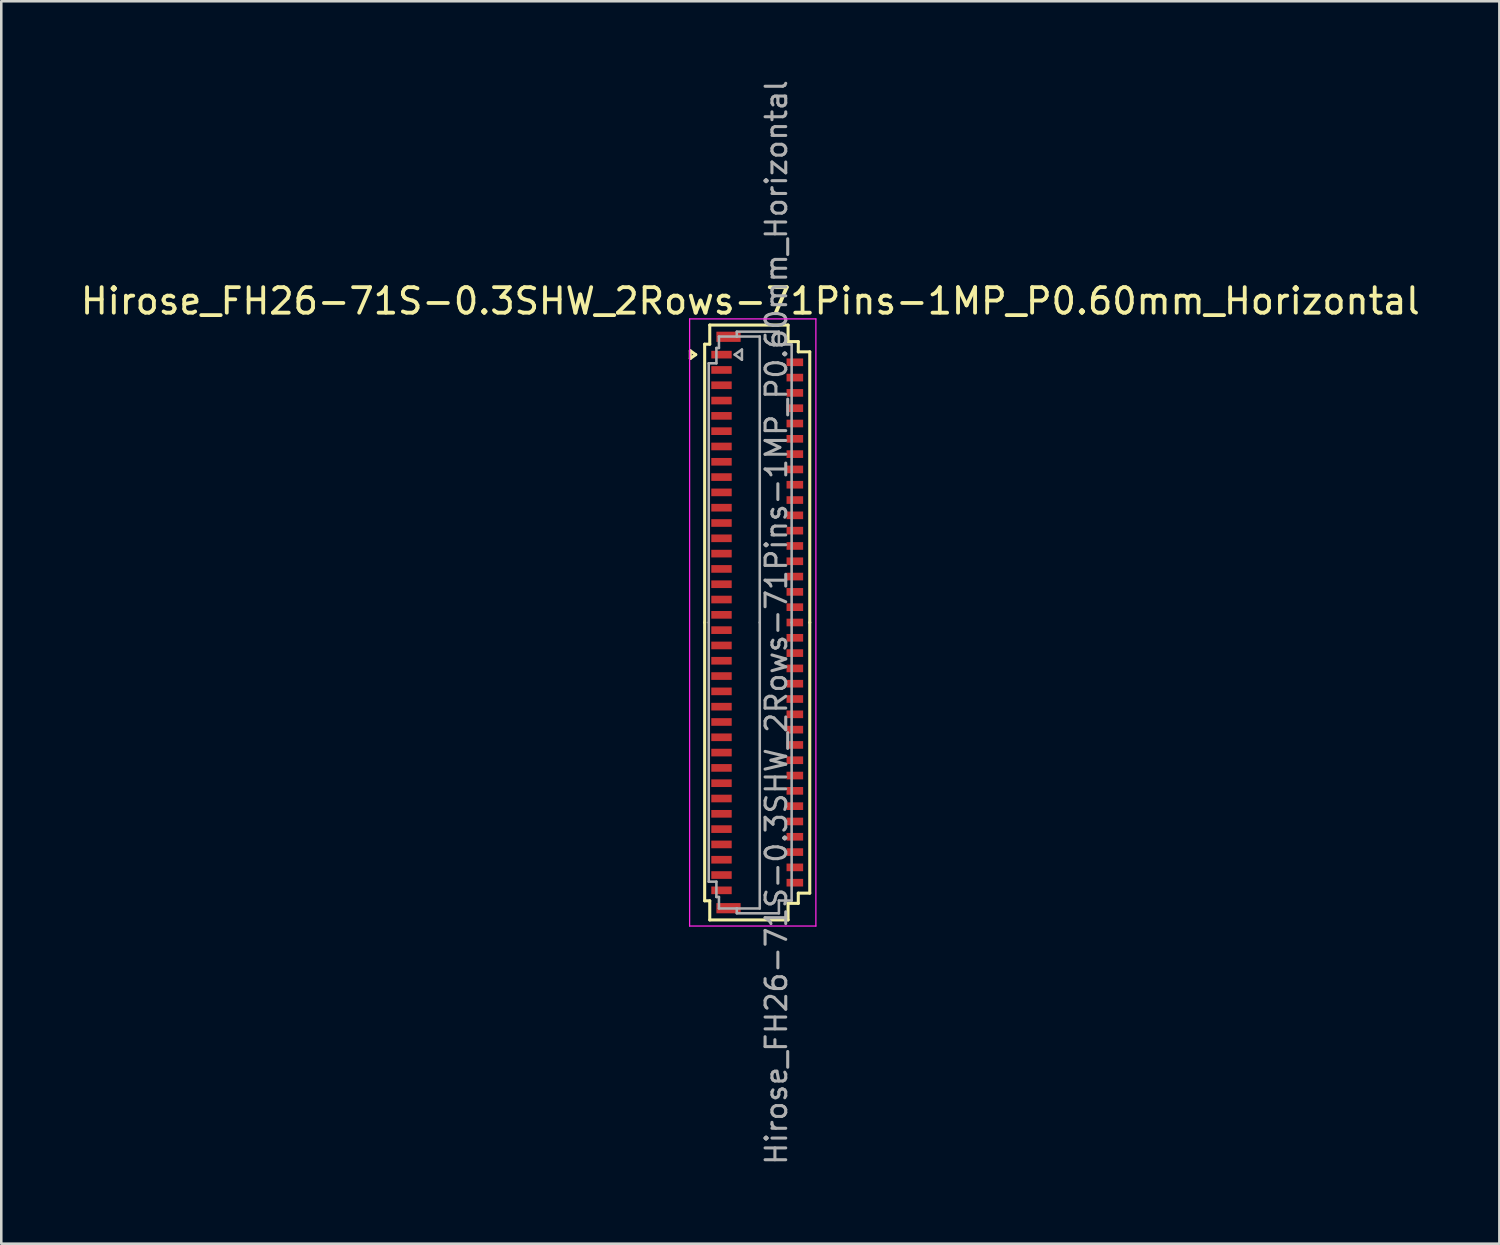
<source format=kicad_pcb>
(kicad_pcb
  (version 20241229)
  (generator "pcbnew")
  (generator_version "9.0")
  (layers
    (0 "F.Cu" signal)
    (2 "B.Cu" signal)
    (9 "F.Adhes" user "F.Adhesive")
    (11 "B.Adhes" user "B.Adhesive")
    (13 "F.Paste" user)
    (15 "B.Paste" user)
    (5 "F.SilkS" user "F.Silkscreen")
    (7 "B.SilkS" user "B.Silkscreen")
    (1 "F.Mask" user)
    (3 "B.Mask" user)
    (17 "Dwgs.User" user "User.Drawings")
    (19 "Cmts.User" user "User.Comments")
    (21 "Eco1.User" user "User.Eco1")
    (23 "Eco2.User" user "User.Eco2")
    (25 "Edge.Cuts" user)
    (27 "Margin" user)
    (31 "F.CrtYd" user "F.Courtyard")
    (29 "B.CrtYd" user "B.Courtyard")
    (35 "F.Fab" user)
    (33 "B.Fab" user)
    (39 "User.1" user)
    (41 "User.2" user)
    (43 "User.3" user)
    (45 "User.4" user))
  (footprint "Hirose_FH26-71S-0.3SHW_2Rows-71Pins-1MP_P0.60mm_Horizontal"
    (layer "F.Cu")
    (at 26.633 21.352)
    (property "Reference" "Hirose_FH26-71S-0.3SHW_2Rows-71Pins-1MP_P0.60mm_Horizontal" (at -0.27 -12.6 0) (layer "F.SilkS") (effects (font (size 1 1) (thickness 0.15))))
    (attr smd)
    (fp_line (start -2.622 -10.65) (end -2.41 -10.5) (stroke (width 0.12) (type solid)) (layer "F.SilkS"))
    (fp_line (start -2.622 -10.35) (end -2.622 -10.65) (stroke (width 0.12) (type solid)) (layer "F.SilkS"))
    (fp_line (start -2.41 -10.5) (end -2.622 -10.35) (stroke (width 0.12) (type solid)) (layer "F.SilkS"))
    (fp_line (start -2.06 -10.91) (end -2.06 0) (stroke (width 0.12) (type solid)) (layer "F.SilkS"))
    (fp_line (start -2.06 10.91) (end -2.06 0) (stroke (width 0.12) (type solid)) (layer "F.SilkS"))
    (fp_line (start -1.86 -11.66) (end -1.86 -10.91) (stroke (width 0.12) (type solid)) (layer "F.SilkS"))
    (fp_line (start -1.86 -10.91) (end -2.06 -10.91) (stroke (width 0.12) (type solid)) (layer "F.SilkS"))
    (fp_line (start -1.86 10.91) (end -2.06 10.91) (stroke (width 0.12) (type solid)) (layer "F.SilkS"))
    (fp_line (start -1.86 11.66) (end -1.86 10.91) (stroke (width 0.12) (type solid)) (layer "F.SilkS"))
    (fp_line (start 1.21 -11.66) (end -1.86 -11.66) (stroke (width 0.12) (type solid)) (layer "F.SilkS"))
    (fp_line (start 1.21 -11.01) (end 1.21 -11.66) (stroke (width 0.12) (type solid)) (layer "F.SilkS"))
    (fp_line (start 1.21 11.01) (end 1.21 11.66) (stroke (width 0.12) (type solid)) (layer "F.SilkS"))
    (fp_line (start 1.21 11.66) (end -1.86 11.66) (stroke (width 0.12) (type solid)) (layer "F.SilkS"))
    (fp_line (start 1.61 -11.01) (end 1.21 -11.01) (stroke (width 0.12) (type solid)) (layer "F.SilkS"))
    (fp_line (start 1.61 -10.61) (end 1.61 -11.01) (stroke (width 0.12) (type solid)) (layer "F.SilkS"))
    (fp_line (start 1.61 10.61) (end 1.61 11.01) (stroke (width 0.12) (type solid)) (layer "F.SilkS"))
    (fp_line (start 1.61 11.01) (end 1.21 11.01) (stroke (width 0.12) (type solid)) (layer "F.SilkS"))
    (fp_line (start 2.06 -10.61) (end 1.61 -10.61) (stroke (width 0.12) (type solid)) (layer "F.SilkS"))
    (fp_line (start 2.06 0) (end 2.06 -10.61) (stroke (width 0.12) (type solid)) (layer "F.SilkS"))
    (fp_line (start 2.06 0) (end 2.06 10.61) (stroke (width 0.12) (type solid)) (layer "F.SilkS"))
    (fp_line (start 2.06 10.61) (end 1.61 10.61) (stroke (width 0.12) (type solid)) (layer "F.SilkS"))
    (fp_line (start -2.65 -11.9) (end -2.65 11.9) (stroke (width 0.05) (type solid)) (layer "F.CrtYd"))
    (fp_line (start -2.65 11.9) (end 2.3 11.9) (stroke (width 0.05) (type solid)) (layer "F.CrtYd"))
    (fp_line (start 2.3 -11.9) (end -2.65 -11.9) (stroke (width 0.05) (type solid)) (layer "F.CrtYd"))
    (fp_line (start 2.3 11.9) (end 2.3 -11.9) (stroke (width 0.05) (type solid)) (layer "F.CrtYd"))
    (fp_line (start -1.9 -10.16) (end -1.6 -10.16) (stroke (width 0.1) (type solid)) (layer "F.Fab"))
    (fp_line (start -1.9 0) (end -1.9 -10.16) (stroke (width 0.1) (type solid)) (layer "F.Fab"))
    (fp_line (start -1.9 0) (end -1.9 10.16) (stroke (width 0.1) (type solid)) (layer "F.Fab"))
    (fp_line (start -1.9 10.16) (end -1.6 10.16) (stroke (width 0.1) (type solid)) (layer "F.Fab"))
    (fp_line (start -1.6 -10.76) (end -1.5 -10.76) (stroke (width 0.1) (type solid)) (layer "F.Fab"))
    (fp_line (start -1.6 -10.16) (end -1.6 -10.76) (stroke (width 0.1) (type solid)) (layer "F.Fab"))
    (fp_line (start -1.6 10.16) (end -1.6 10.76) (stroke (width 0.1) (type solid)) (layer "F.Fab"))
    (fp_line (start -1.6 10.76) (end -1.5 10.76) (stroke (width 0.1) (type solid)) (layer "F.Fab"))
    (fp_line (start -1.5 -11.21) (end -0.8 -11.21) (stroke (width 0.1) (type solid)) (layer "F.Fab"))
    (fp_line (start -1.5 -10.76) (end -1.5 -11.21) (stroke (width 0.1) (type solid)) (layer "F.Fab"))
    (fp_line (start -1.5 10.76) (end -1.5 11.21) (stroke (width 0.1) (type solid)) (layer "F.Fab"))
    (fp_line (start -1.5 11.21) (end -0.8 11.21) (stroke (width 0.1) (type solid)) (layer "F.Fab"))
    (fp_line (start -0.883 -10.5) (end -0.6 -10.3) (stroke (width 0.1) (type solid)) (layer "F.Fab"))
    (fp_line (start -0.8 -11.4) (end 0.85 -11.4) (stroke (width 0.1) (type solid)) (layer "F.Fab"))
    (fp_line (start -0.8 -11.21) (end -0.8 -11.4) (stroke (width 0.1) (type solid)) (layer "F.Fab"))
    (fp_line (start -0.8 11.21) (end -0.8 11.4) (stroke (width 0.1) (type solid)) (layer "F.Fab"))
    (fp_line (start -0.8 11.4) (end 0.85 11.4) (stroke (width 0.1) (type solid)) (layer "F.Fab"))
    (fp_line (start -0.6 -10.7) (end -0.883 -10.5) (stroke (width 0.1) (type solid)) (layer "F.Fab"))
    (fp_line (start -0.6 -10.3) (end -0.6 -10.7) (stroke (width 0.1) (type solid)) (layer "F.Fab"))
    (fp_line (start 0.1 -11.21) (end -0.8 -11.21) (stroke (width 0.1) (type solid)) (layer "F.Fab"))
    (fp_line (start 0.1 0) (end 0.1 -11.21) (stroke (width 0.1) (type solid)) (layer "F.Fab"))
    (fp_line (start 0.1 0) (end 0.1 11.21) (stroke (width 0.1) (type solid)) (layer "F.Fab"))
    (fp_line (start 0.1 11.21) (end -0.8 11.21) (stroke (width 0.1) (type solid)) (layer "F.Fab"))
    (fp_line (start 0.85 -11.4) (end 0.85 -10.9) (stroke (width 0.1) (type solid)) (layer "F.Fab"))
    (fp_line (start 0.85 -10.9) (end 1.35 -10.9) (stroke (width 0.1) (type solid)) (layer "F.Fab"))
    (fp_line (start 0.85 10.9) (end 1.35 10.9) (stroke (width 0.1) (type solid)) (layer "F.Fab"))
    (fp_line (start 0.85 11.4) (end 0.85 10.9) (stroke (width 0.1) (type solid)) (layer "F.Fab"))
    (fp_line (start 1.35 -10.9) (end 1.35 0) (stroke (width 0.1) (type solid)) (layer "F.Fab"))
    (fp_line (start 1.35 10.9) (end 1.35 0) (stroke (width 0.1) (type solid)) (layer "F.Fab"))
    (fp_text user "${REFERENCE}" (at 0.75 0 90) (layer "F.Fab") (effects (font (size 0.81 0.81) (thickness 0.12))))
    (pad "1" smd rect (at -1.4 -10.5) (size 0.8 0.3) (layers "F.Cu" "F.Mask" "F.Paste"))
    (pad "2" smd rect (at 1.475 -10.2) (size 0.65 0.3) (layers "F.Cu" "F.Mask" "F.Paste"))
    (pad "3" smd rect (at -1.4 -9.9) (size 0.8 0.3) (layers "F.Cu" "F.Mask" "F.Paste"))
    (pad "4" smd rect (at 1.475 -9.6) (size 0.65 0.3) (layers "F.Cu" "F.Mask" "F.Paste"))
    (pad "5" smd rect (at -1.4 -9.3) (size 0.8 0.3) (layers "F.Cu" "F.Mask" "F.Paste"))
    (pad "6" smd rect (at 1.475 -9) (size 0.65 0.3) (layers "F.Cu" "F.Mask" "F.Paste"))
    (pad "7" smd rect (at -1.4 -8.7) (size 0.8 0.3) (layers "F.Cu" "F.Mask" "F.Paste"))
    (pad "8" smd rect (at 1.475 -8.4) (size 0.65 0.3) (layers "F.Cu" "F.Mask" "F.Paste"))
    (pad "9" smd rect (at -1.4 -8.1) (size 0.8 0.3) (layers "F.Cu" "F.Mask" "F.Paste"))
    (pad "10" smd rect (at 1.475 -7.8) (size 0.65 0.3) (layers "F.Cu" "F.Mask" "F.Paste"))
    (pad "11" smd rect (at -1.4 -7.5) (size 0.8 0.3) (layers "F.Cu" "F.Mask" "F.Paste"))
    (pad "12" smd rect (at 1.475 -7.2) (size 0.65 0.3) (layers "F.Cu" "F.Mask" "F.Paste"))
    (pad "13" smd rect (at -1.4 -6.9) (size 0.8 0.3) (layers "F.Cu" "F.Mask" "F.Paste"))
    (pad "14" smd rect (at 1.475 -6.6) (size 0.65 0.3) (layers "F.Cu" "F.Mask" "F.Paste"))
    (pad "15" smd rect (at -1.4 -6.3) (size 0.8 0.3) (layers "F.Cu" "F.Mask" "F.Paste"))
    (pad "16" smd rect (at 1.475 -6) (size 0.65 0.3) (layers "F.Cu" "F.Mask" "F.Paste"))
    (pad "17" smd rect (at -1.4 -5.7) (size 0.8 0.3) (layers "F.Cu" "F.Mask" "F.Paste"))
    (pad "18" smd rect (at 1.475 -5.4) (size 0.65 0.3) (layers "F.Cu" "F.Mask" "F.Paste"))
    (pad "19" smd rect (at -1.4 -5.1) (size 0.8 0.3) (layers "F.Cu" "F.Mask" "F.Paste"))
    (pad "20" smd rect (at 1.475 -4.8) (size 0.65 0.3) (layers "F.Cu" "F.Mask" "F.Paste"))
    (pad "21" smd rect (at -1.4 -4.5) (size 0.8 0.3) (layers "F.Cu" "F.Mask" "F.Paste"))
    (pad "22" smd rect (at 1.475 -4.2) (size 0.65 0.3) (layers "F.Cu" "F.Mask" "F.Paste"))
    (pad "23" smd rect (at -1.4 -3.9) (size 0.8 0.3) (layers "F.Cu" "F.Mask" "F.Paste"))
    (pad "24" smd rect (at 1.475 -3.6) (size 0.65 0.3) (layers "F.Cu" "F.Mask" "F.Paste"))
    (pad "25" smd rect (at -1.4 -3.3) (size 0.8 0.3) (layers "F.Cu" "F.Mask" "F.Paste"))
    (pad "26" smd rect (at 1.475 -3) (size 0.65 0.3) (layers "F.Cu" "F.Mask" "F.Paste"))
    (pad "27" smd rect (at -1.4 -2.7) (size 0.8 0.3) (layers "F.Cu" "F.Mask" "F.Paste"))
    (pad "28" smd rect (at 1.475 -2.4) (size 0.65 0.3) (layers "F.Cu" "F.Mask" "F.Paste"))
    (pad "29" smd rect (at -1.4 -2.1) (size 0.8 0.3) (layers "F.Cu" "F.Mask" "F.Paste"))
    (pad "30" smd rect (at 1.475 -1.8) (size 0.65 0.3) (layers "F.Cu" "F.Mask" "F.Paste"))
    (pad "31" smd rect (at -1.4 -1.5) (size 0.8 0.3) (layers "F.Cu" "F.Mask" "F.Paste"))
    (pad "32" smd rect (at 1.475 -1.2) (size 0.65 0.3) (layers "F.Cu" "F.Mask" "F.Paste"))
    (pad "33" smd rect (at -1.4 -0.9) (size 0.8 0.3) (layers "F.Cu" "F.Mask" "F.Paste"))
    (pad "34" smd rect (at 1.475 -0.6) (size 0.65 0.3) (layers "F.Cu" "F.Mask" "F.Paste"))
    (pad "35" smd rect (at -1.4 -0.3) (size 0.8 0.3) (layers "F.Cu" "F.Mask" "F.Paste"))
    (pad "36" smd rect (at 1.475 0) (size 0.65 0.3) (layers "F.Cu" "F.Mask" "F.Paste"))
    (pad "37" smd rect (at -1.4 0.3) (size 0.8 0.3) (layers "F.Cu" "F.Mask" "F.Paste"))
    (pad "38" smd rect (at 1.475 0.6) (size 0.65 0.3) (layers "F.Cu" "F.Mask" "F.Paste"))
    (pad "39" smd rect (at -1.4 0.9) (size 0.8 0.3) (layers "F.Cu" "F.Mask" "F.Paste"))
    (pad "40" smd rect (at 1.475 1.2) (size 0.65 0.3) (layers "F.Cu" "F.Mask" "F.Paste"))
    (pad "41" smd rect (at -1.4 1.5) (size 0.8 0.3) (layers "F.Cu" "F.Mask" "F.Paste"))
    (pad "42" smd rect (at 1.475 1.8) (size 0.65 0.3) (layers "F.Cu" "F.Mask" "F.Paste"))
    (pad "43" smd rect (at -1.4 2.1) (size 0.8 0.3) (layers "F.Cu" "F.Mask" "F.Paste"))
    (pad "44" smd rect (at 1.475 2.4) (size 0.65 0.3) (layers "F.Cu" "F.Mask" "F.Paste"))
    (pad "45" smd rect (at -1.4 2.7) (size 0.8 0.3) (layers "F.Cu" "F.Mask" "F.Paste"))
    (pad "46" smd rect (at 1.475 3) (size 0.65 0.3) (layers "F.Cu" "F.Mask" "F.Paste"))
    (pad "47" smd rect (at -1.4 3.3) (size 0.8 0.3) (layers "F.Cu" "F.Mask" "F.Paste"))
    (pad "48" smd rect (at 1.475 3.6) (size 0.65 0.3) (layers "F.Cu" "F.Mask" "F.Paste"))
    (pad "49" smd rect (at -1.4 3.9) (size 0.8 0.3) (layers "F.Cu" "F.Mask" "F.Paste"))
    (pad "50" smd rect (at 1.475 4.2) (size 0.65 0.3) (layers "F.Cu" "F.Mask" "F.Paste"))
    (pad "51" smd rect (at -1.4 4.5) (size 0.8 0.3) (layers "F.Cu" "F.Mask" "F.Paste"))
    (pad "52" smd rect (at 1.475 4.8) (size 0.65 0.3) (layers "F.Cu" "F.Mask" "F.Paste"))
    (pad "53" smd rect (at -1.4 5.1) (size 0.8 0.3) (layers "F.Cu" "F.Mask" "F.Paste"))
    (pad "54" smd rect (at 1.475 5.4) (size 0.65 0.3) (layers "F.Cu" "F.Mask" "F.Paste"))
    (pad "55" smd rect (at -1.4 5.7) (size 0.8 0.3) (layers "F.Cu" "F.Mask" "F.Paste"))
    (pad "56" smd rect (at 1.475 6) (size 0.65 0.3) (layers "F.Cu" "F.Mask" "F.Paste"))
    (pad "57" smd rect (at -1.4 6.3) (size 0.8 0.3) (layers "F.Cu" "F.Mask" "F.Paste"))
    (pad "58" smd rect (at 1.475 6.6) (size 0.65 0.3) (layers "F.Cu" "F.Mask" "F.Paste"))
    (pad "59" smd rect (at -1.4 6.9) (size 0.8 0.3) (layers "F.Cu" "F.Mask" "F.Paste"))
    (pad "60" smd rect (at 1.475 7.2) (size 0.65 0.3) (layers "F.Cu" "F.Mask" "F.Paste"))
    (pad "61" smd rect (at -1.4 7.5) (size 0.8 0.3) (layers "F.Cu" "F.Mask" "F.Paste"))
    (pad "62" smd rect (at 1.475 7.8) (size 0.65 0.3) (layers "F.Cu" "F.Mask" "F.Paste"))
    (pad "63" smd rect (at -1.4 8.1) (size 0.8 0.3) (layers "F.Cu" "F.Mask" "F.Paste"))
    (pad "64" smd rect (at 1.475 8.4) (size 0.65 0.3) (layers "F.Cu" "F.Mask" "F.Paste"))
    (pad "65" smd rect (at -1.4 8.7) (size 0.8 0.3) (layers "F.Cu" "F.Mask" "F.Paste"))
    (pad "66" smd rect (at 1.475 9) (size 0.65 0.3) (layers "F.Cu" "F.Mask" "F.Paste"))
    (pad "67" smd rect (at -1.4 9.3) (size 0.8 0.3) (layers "F.Cu" "F.Mask" "F.Paste"))
    (pad "68" smd rect (at 1.475 9.6) (size 0.65 0.3) (layers "F.Cu" "F.Mask" "F.Paste"))
    (pad "69" smd rect (at -1.4 9.9) (size 0.8 0.3) (layers "F.Cu" "F.Mask" "F.Paste"))
    (pad "70" smd rect (at 1.475 10.2) (size 0.65 0.3) (layers "F.Cu" "F.Mask" "F.Paste"))
    (pad "71" smd rect (at -1.4 10.5) (size 0.8 0.3) (layers "F.Cu" "F.Mask" "F.Paste"))
    (pad "MP" smd rect (at -1.125 -11.2) (size 0.95 0.4) (layers "F.Cu" "F.Mask" "F.Paste"))
    (pad "MP" smd rect (at -1.125 11.2) (size 0.95 0.4) (layers "F.Cu" "F.Mask" "F.Paste")))
  (gr_rect
    (start -3 -3)
    (end 55.726 45.704)
    (stroke (width 0.1) (type default))
    (fill no)
    (layer "Edge.Cuts")))
</source>
